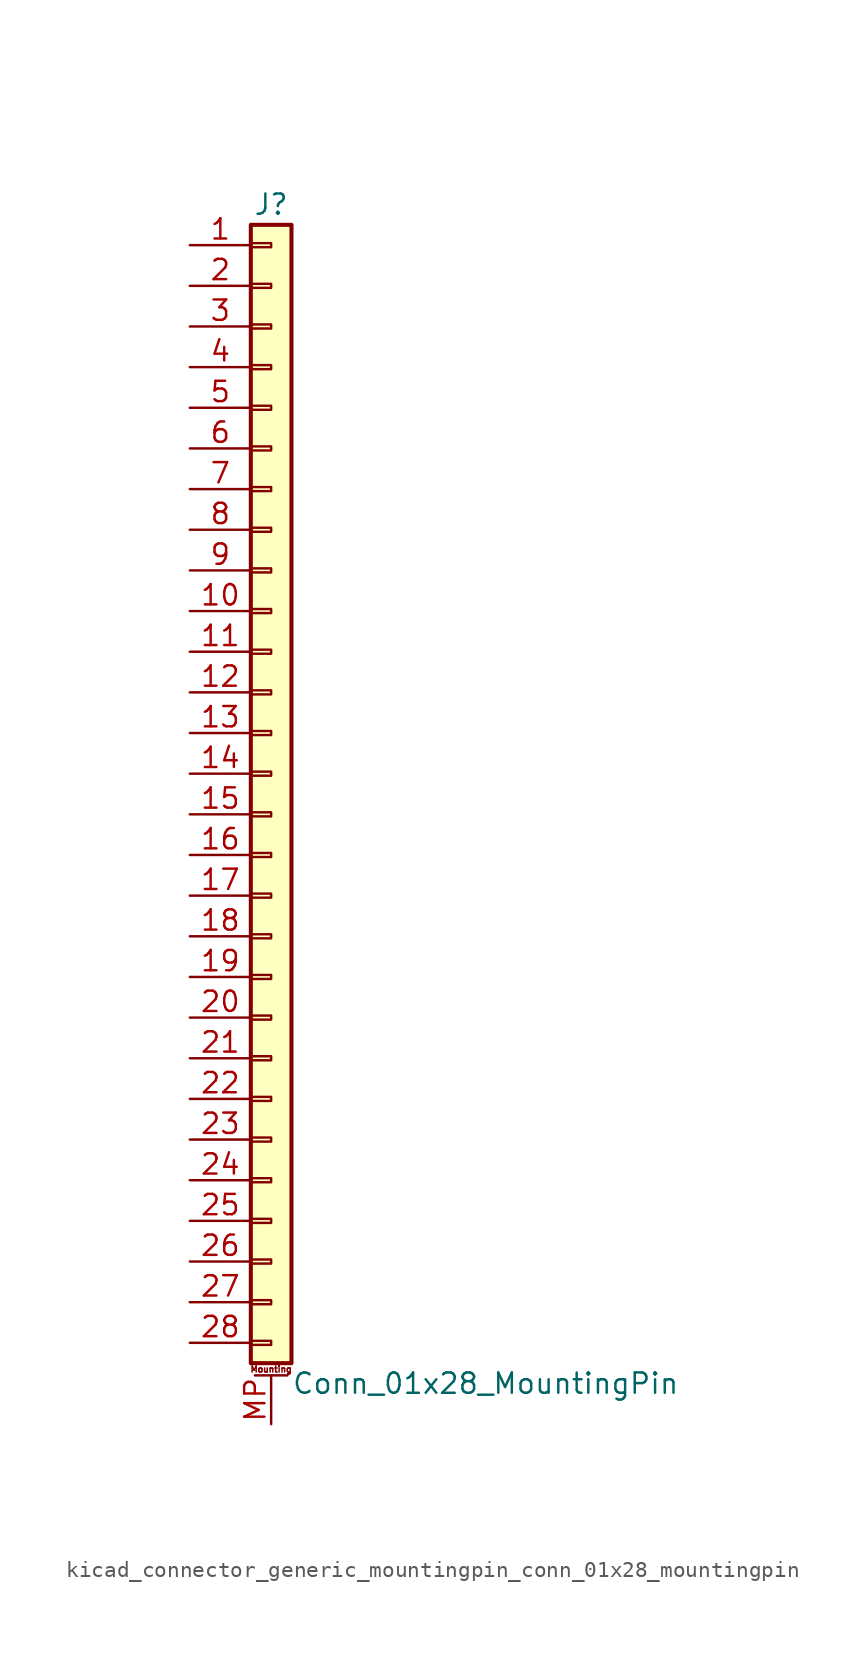
<source format=kicad_sym>
(kicad_symbol_lib
  (version 20220914)
  (generator kicad_symbol_editor)
  (symbol "kicad_connector_generic_mountingpin_conn_01x28_mountingpin"
    (pin_names
      (offset 1.016) hide)
    (property "Reference" "J"
      (at 0 35.56 0)
      (effects (font (size 1.27 1.27))))
    (property "Value" "Conn_01x28_MountingPin"
      (at 1.27 -38.1 0)
      (effects (font (size 1.27 1.27)) (justify left)))
    (symbol "kicad_connector_generic_mountingpin_conn_01x28_mountingpin_1_1"
      (rectangle (start -1.27 -35.433) (end 0 -35.687) (stroke (width 0.152) (type default)) (fill (type none)))
      (rectangle (start -1.27 -32.893) (end 0 -33.147) (stroke (width 0.152) (type default)) (fill (type none)))
      (rectangle (start -1.27 -30.353) (end 0 -30.607) (stroke (width 0.152) (type default)) (fill (type none)))
      (rectangle (start -1.27 -27.813) (end 0 -28.067) (stroke (width 0.152) (type default)) (fill (type none)))
      (rectangle (start -1.27 -25.273) (end 0 -25.527) (stroke (width 0.152) (type default)) (fill (type none)))
      (rectangle (start -1.27 -22.733) (end 0 -22.987) (stroke (width 0.152) (type default)) (fill (type none)))
      (rectangle (start -1.27 -20.193) (end 0 -20.447) (stroke (width 0.152) (type default)) (fill (type none)))
      (rectangle (start -1.27 -17.653) (end 0 -17.907) (stroke (width 0.152) (type default)) (fill (type none)))
      (rectangle (start -1.27 -15.113) (end 0 -15.367) (stroke (width 0.152) (type default)) (fill (type none)))
      (rectangle (start -1.27 -12.573) (end 0 -12.827) (stroke (width 0.152) (type default)) (fill (type none)))
      (rectangle (start -1.27 -10.033) (end 0 -10.287) (stroke (width 0.152) (type default)) (fill (type none)))
      (rectangle (start -1.27 -7.493) (end 0 -7.747) (stroke (width 0.152) (type default)) (fill (type none)))
      (rectangle (start -1.27 -4.953) (end 0 -5.207) (stroke (width 0.152) (type default)) (fill (type none)))
      (rectangle (start -1.27 -2.413) (end 0 -2.667) (stroke (width 0.152) (type default)) (fill (type none)))
      (rectangle (start -1.27 0.127) (end 0 -0.127) (stroke (width 0.152) (type default)) (fill (type none)))
      (rectangle (start -1.27 2.667) (end 0 2.413) (stroke (width 0.152) (type default)) (fill (type none)))
      (rectangle (start -1.27 5.207) (end 0 4.953) (stroke (width 0.152) (type default)) (fill (type none)))
      (rectangle (start -1.27 7.747) (end 0 7.493) (stroke (width 0.152) (type default)) (fill (type none)))
      (rectangle (start -1.27 10.287) (end 0 10.033) (stroke (width 0.152) (type default)) (fill (type none)))
      (rectangle (start -1.27 12.827) (end 0 12.573) (stroke (width 0.152) (type default)) (fill (type none)))
      (rectangle (start -1.27 15.367) (end 0 15.113) (stroke (width 0.152) (type default)) (fill (type none)))
      (rectangle (start -1.27 17.907) (end 0 17.653) (stroke (width 0.152) (type default)) (fill (type none)))
      (rectangle (start -1.27 20.447) (end 0 20.193) (stroke (width 0.152) (type default)) (fill (type none)))
      (rectangle (start -1.27 22.987) (end 0 22.733) (stroke (width 0.152) (type default)) (fill (type none)))
      (rectangle (start -1.27 25.527) (end 0 25.273) (stroke (width 0.152) (type default)) (fill (type none)))
      (rectangle (start -1.27 28.067) (end 0 27.813) (stroke (width 0.152) (type default)) (fill (type none)))
      (rectangle (start -1.27 30.607) (end 0 30.353) (stroke (width 0.152) (type default)) (fill (type none)))
      (rectangle (start -1.27 33.147) (end 0 32.893) (stroke (width 0.152) (type default)) (fill (type none)))
      (rectangle (start -1.27 34.29) (end 1.27 -36.83) (stroke (width 0.254) (type default)) (fill (type background)))
      (polyline (pts (xy -1.016 -37.592) (xy 1.016 -37.592)) (stroke (width 0.152) (type default)) (fill (type none)))
      (text "Mounting" (at 0 -37.211 0) (effects (font (size 0.381 0.381))))
      (pin passive line (at -5.08 33.02 0) (length 3.81) (name "Pin_1" (effects (font (size 1.27 1.27)))) (number "1" (effects (font (size 1.27 1.27)))))
      (pin passive line (at -5.08 10.16 0) (length 3.81) (name "Pin_10" (effects (font (size 1.27 1.27)))) (number "10" (effects (font (size 1.27 1.27)))))
      (pin passive line (at -5.08 7.62 0) (length 3.81) (name "Pin_11" (effects (font (size 1.27 1.27)))) (number "11" (effects (font (size 1.27 1.27)))))
      (pin passive line (at -5.08 5.08 0) (length 3.81) (name "Pin_12" (effects (font (size 1.27 1.27)))) (number "12" (effects (font (size 1.27 1.27)))))
      (pin passive line (at -5.08 2.54 0) (length 3.81) (name "Pin_13" (effects (font (size 1.27 1.27)))) (number "13" (effects (font (size 1.27 1.27)))))
      (pin passive line (at -5.08 0 0) (length 3.81) (name "Pin_14" (effects (font (size 1.27 1.27)))) (number "14" (effects (font (size 1.27 1.27)))))
      (pin passive line (at -5.08 -2.54 0) (length 3.81) (name "Pin_15" (effects (font (size 1.27 1.27)))) (number "15" (effects (font (size 1.27 1.27)))))
      (pin passive line (at -5.08 -5.08 0) (length 3.81) (name "Pin_16" (effects (font (size 1.27 1.27)))) (number "16" (effects (font (size 1.27 1.27)))))
      (pin passive line (at -5.08 -7.62 0) (length 3.81) (name "Pin_17" (effects (font (size 1.27 1.27)))) (number "17" (effects (font (size 1.27 1.27)))))
      (pin passive line (at -5.08 -10.16 0) (length 3.81) (name "Pin_18" (effects (font (size 1.27 1.27)))) (number "18" (effects (font (size 1.27 1.27)))))
      (pin passive line (at -5.08 -12.7 0) (length 3.81) (name "Pin_19" (effects (font (size 1.27 1.27)))) (number "19" (effects (font (size 1.27 1.27)))))
      (pin passive line (at -5.08 30.48 0) (length 3.81) (name "Pin_2" (effects (font (size 1.27 1.27)))) (number "2" (effects (font (size 1.27 1.27)))))
      (pin passive line (at -5.08 -15.24 0) (length 3.81) (name "Pin_20" (effects (font (size 1.27 1.27)))) (number "20" (effects (font (size 1.27 1.27)))))
      (pin passive line (at -5.08 -17.78 0) (length 3.81) (name "Pin_21" (effects (font (size 1.27 1.27)))) (number "21" (effects (font (size 1.27 1.27)))))
      (pin passive line (at -5.08 -20.32 0) (length 3.81) (name "Pin_22" (effects (font (size 1.27 1.27)))) (number "22" (effects (font (size 1.27 1.27)))))
      (pin passive line (at -5.08 -22.86 0) (length 3.81) (name "Pin_23" (effects (font (size 1.27 1.27)))) (number "23" (effects (font (size 1.27 1.27)))))
      (pin passive line (at -5.08 -25.4 0) (length 3.81) (name "Pin_24" (effects (font (size 1.27 1.27)))) (number "24" (effects (font (size 1.27 1.27)))))
      (pin passive line (at -5.08 -27.94 0) (length 3.81) (name "Pin_25" (effects (font (size 1.27 1.27)))) (number "25" (effects (font (size 1.27 1.27)))))
      (pin passive line (at -5.08 -30.48 0) (length 3.81) (name "Pin_26" (effects (font (size 1.27 1.27)))) (number "26" (effects (font (size 1.27 1.27)))))
      (pin passive line (at -5.08 -33.02 0) (length 3.81) (name "Pin_27" (effects (font (size 1.27 1.27)))) (number "27" (effects (font (size 1.27 1.27)))))
      (pin passive line (at -5.08 -35.56 0) (length 3.81) (name "Pin_28" (effects (font (size 1.27 1.27)))) (number "28" (effects (font (size 1.27 1.27)))))
      (pin passive line (at -5.08 27.94 0) (length 3.81) (name "Pin_3" (effects (font (size 1.27 1.27)))) (number "3" (effects (font (size 1.27 1.27)))))
      (pin passive line (at -5.08 25.4 0) (length 3.81) (name "Pin_4" (effects (font (size 1.27 1.27)))) (number "4" (effects (font (size 1.27 1.27)))))
      (pin passive line (at -5.08 22.86 0) (length 3.81) (name "Pin_5" (effects (font (size 1.27 1.27)))) (number "5" (effects (font (size 1.27 1.27)))))
      (pin passive line (at -5.08 20.32 0) (length 3.81) (name "Pin_6" (effects (font (size 1.27 1.27)))) (number "6" (effects (font (size 1.27 1.27)))))
      (pin passive line (at -5.08 17.78 0) (length 3.81) (name "Pin_7" (effects (font (size 1.27 1.27)))) (number "7" (effects (font (size 1.27 1.27)))))
      (pin passive line (at -5.08 15.24 0) (length 3.81) (name "Pin_8" (effects (font (size 1.27 1.27)))) (number "8" (effects (font (size 1.27 1.27)))))
      (pin passive line (at -5.08 12.7 0) (length 3.81) (name "Pin_9" (effects (font (size 1.27 1.27)))) (number "9" (effects (font (size 1.27 1.27)))))
      (pin passive line (at 0 -40.64 90) (length 3.048) (name "MountPin" (effects (font (size 1.27 1.27)))) (number "MP" (effects (font (size 1.27 1.27))))))))
</source>
